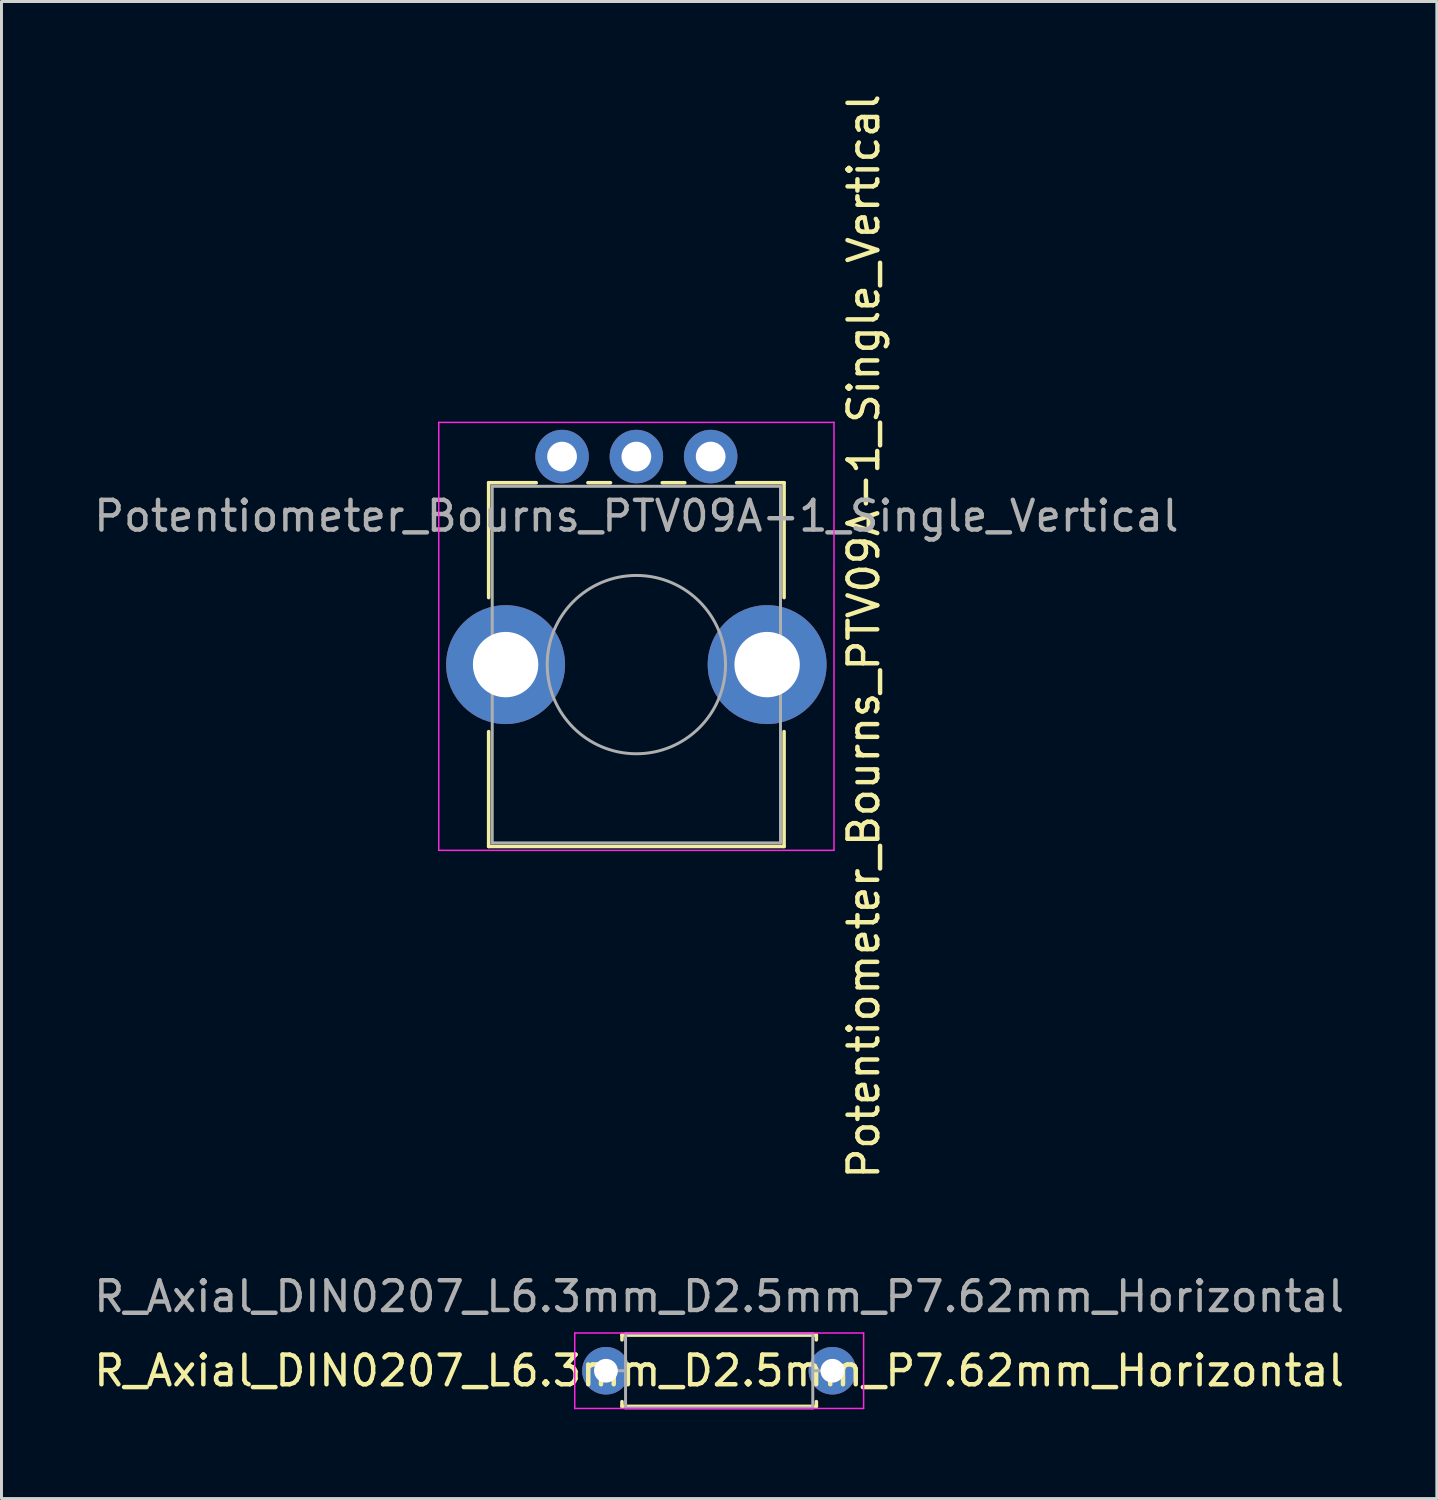
<source format=kicad_pcb>
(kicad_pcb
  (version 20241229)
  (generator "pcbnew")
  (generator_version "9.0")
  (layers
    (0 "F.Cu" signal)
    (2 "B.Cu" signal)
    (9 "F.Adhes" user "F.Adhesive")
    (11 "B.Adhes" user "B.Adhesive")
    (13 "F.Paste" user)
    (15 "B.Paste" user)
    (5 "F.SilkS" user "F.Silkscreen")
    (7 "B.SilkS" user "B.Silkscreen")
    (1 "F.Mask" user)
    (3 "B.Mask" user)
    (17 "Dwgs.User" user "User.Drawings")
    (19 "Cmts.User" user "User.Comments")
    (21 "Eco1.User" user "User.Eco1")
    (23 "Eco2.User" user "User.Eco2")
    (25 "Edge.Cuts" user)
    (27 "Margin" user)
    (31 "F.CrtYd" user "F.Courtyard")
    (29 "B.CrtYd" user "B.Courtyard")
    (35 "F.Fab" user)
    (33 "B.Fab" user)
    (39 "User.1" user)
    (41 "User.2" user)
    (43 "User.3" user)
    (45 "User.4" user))
  (footprint "R_Axial_DIN0207_L6.3mm_D2.5mm_P7.62mm_Horizontal"
    (layer "F.Cu")
    (at 17.339 43.074)
    (property "Reference" "R_Axial_DIN0207_L6.3mm_D2.5mm_P7.62mm_Horizontal" (at 3.81 0 0) (layer "F.SilkS") (effects (font (size 1 1) (thickness 0.15))))
    (attr through_hole)
    (fp_line (start 0.54 -1.2) (end 7.08 -1.2) (stroke (width 0.12) (type solid)) (layer "F.SilkS"))
    (fp_line (start 0.54 -1.04) (end 0.54 -1.2) (stroke (width 0.12) (type solid)) (layer "F.SilkS"))
    (fp_line (start 0.54 1.04) (end 0.54 1.2) (stroke (width 0.12) (type solid)) (layer "F.SilkS"))
    (fp_line (start 0.54 1.2) (end 7.08 1.2) (stroke (width 0.12) (type solid)) (layer "F.SilkS"))
    (fp_line (start 7.08 -1.2) (end 7.08 -1.04) (stroke (width 0.12) (type solid)) (layer "F.SilkS"))
    (fp_line (start 7.08 1.2) (end 7.08 1.04) (stroke (width 0.12) (type solid)) (layer "F.SilkS"))
    (fp_line (start -1.05 -1.27) (end -1.05 1.27) (stroke (width 0.05) (type solid)) (layer "F.CrtYd"))
    (fp_line (start -1.05 1.27) (end 8.67 1.27) (stroke (width 0.05) (type solid)) (layer "F.CrtYd"))
    (fp_line (start 8.67 -1.27) (end -1.05 -1.27) (stroke (width 0.05) (type solid)) (layer "F.CrtYd"))
    (fp_line (start 8.67 1.27) (end 8.67 -1.27) (stroke (width 0.05) (type solid)) (layer "F.CrtYd"))
    (fp_line (start 0 0) (end 0.66 0) (stroke (width 0.1) (type solid)) (layer "F.Fab"))
    (fp_line (start 0.66 -1.25) (end 0.66 1.25) (stroke (width 0.1) (type solid)) (layer "F.Fab"))
    (fp_line (start 0.66 1.25) (end 6.96 1.25) (stroke (width 0.1) (type solid)) (layer "F.Fab"))
    (fp_line (start 6.96 -1.25) (end 0.66 -1.25) (stroke (width 0.1) (type solid)) (layer "F.Fab"))
    (fp_line (start 6.96 1.25) (end 6.96 -1.25) (stroke (width 0.1) (type solid)) (layer "F.Fab"))
    (fp_line (start 7.62 0) (end 6.96 0) (stroke (width 0.1) (type solid)) (layer "F.Fab"))
    (fp_text user "${REFERENCE}" (at 3.81 -2.5 0) (layer "F.Fab") (effects (font (size 1 1) (thickness 0.15))))
    (pad "1" thru_hole circle (at 0 0) (size 1.6 1.6) (drill 0.8) (layers "*.Cu" "*.Mask"))
    (pad "2" thru_hole oval (at 7.62 0) (size 1.6 1.6) (drill 0.8) (layers "*.Cu" "*.Mask")))
  (footprint "Potentiometer_Bourns_PTV09A-1_Single_Vertical"
    (layer "F.Cu")
    (at 18.363 19.313)
    (property "Reference" "Potentiometer_Bourns_PTV09A-1_Single_Vertical" (at 7.65 -0.95 270) (layer "F.SilkS") (effects (font (size 1 1) (thickness 0.15))))
    (attr through_hole)
    (fp_line (start -4.97 -6.12) (end -4.97 -2.255) (stroke (width 0.12) (type solid)) (layer "F.SilkS"))
    (fp_line (start -4.97 2.255) (end -4.97 6.12) (stroke (width 0.12) (type solid)) (layer "F.SilkS"))
    (fp_line (start -3.37 -6.12) (end -4.97 -6.12) (stroke (width 0.12) (type solid)) (layer "F.SilkS"))
    (fp_line (start -0.871 -6.12) (end -1.63 -6.12) (stroke (width 0.12) (type solid)) (layer "F.SilkS"))
    (fp_line (start 1.629 -6.12) (end 0.87 -6.12) (stroke (width 0.12) (type solid)) (layer "F.SilkS"))
    (fp_line (start 4.97 -6.12) (end 3.371 -6.12) (stroke (width 0.12) (type solid)) (layer "F.SilkS"))
    (fp_line (start 4.97 -6.12) (end 4.97 -2.255) (stroke (width 0.12) (type solid)) (layer "F.SilkS"))
    (fp_line (start 4.97 2.255) (end 4.97 6.12) (stroke (width 0.12) (type solid)) (layer "F.SilkS"))
    (fp_line (start 4.97 6.12) (end -4.97 6.12) (stroke (width 0.12) (type solid)) (layer "F.SilkS"))
    (fp_line (start -6.65 -8.15) (end -6.65 6.25) (stroke (width 0.05) (type solid)) (layer "F.CrtYd"))
    (fp_line (start -6.65 6.25) (end 6.65 6.25) (stroke (width 0.05) (type solid)) (layer "F.CrtYd"))
    (fp_line (start 6.65 -8.15) (end -6.65 -8.15) (stroke (width 0.05) (type solid)) (layer "F.CrtYd"))
    (fp_line (start 6.65 6.25) (end 6.65 -8.15) (stroke (width 0.05) (type solid)) (layer "F.CrtYd"))
    (fp_line (start -4.85 -6) (end -4.85 6) (stroke (width 0.1) (type solid)) (layer "F.Fab"))
    (fp_line (start -4.85 6) (end 4.85 6) (stroke (width 0.1) (type solid)) (layer "F.Fab"))
    (fp_line (start 4.85 -6) (end -4.85 -6) (stroke (width 0.1) (type solid)) (layer "F.Fab"))
    (fp_line (start 4.85 6) (end 4.85 -6) (stroke (width 0.1) (type solid)) (layer "F.Fab"))
    (fp_circle (center 0 0) (end 0 3) (stroke (width 0.1) (type solid)) (fill no) (layer "F.Fab"))
    (fp_text user "${REFERENCE}" (at 0 -5 0) (layer "F.Fab") (effects (font (size 1 1) (thickness 0.15))))
    (pad "1" thru_hole circle (at -2.5 -7 270) (size 1.8 1.8) (drill 1) (layers "*.Cu" "*.Mask"))
    (pad "2" thru_hole circle (at 0 -7 270) (size 1.8 1.8) (drill 1) (layers "*.Cu" "*.Mask"))
    (pad "3" thru_hole circle (at 2.5 -7 270) (size 1.8 1.8) (drill 1) (layers "*.Cu" "*.Mask"))
    (pad "MP" thru_hole circle (at -4.4 0 270) (size 4 4) (drill 2.2) (layers "*.Cu" "*.Mask"))
    (pad "MP" thru_hole circle (at 4.4 0 270) (size 4 4) (drill 2.2) (layers "*.Cu" "*.Mask")))
  (gr_rect
    (start -3 -3)
    (end 45.298 47.374)
    (stroke (width 0.1) (type default))
    (fill no)
    (layer "Edge.Cuts")))
</source>
